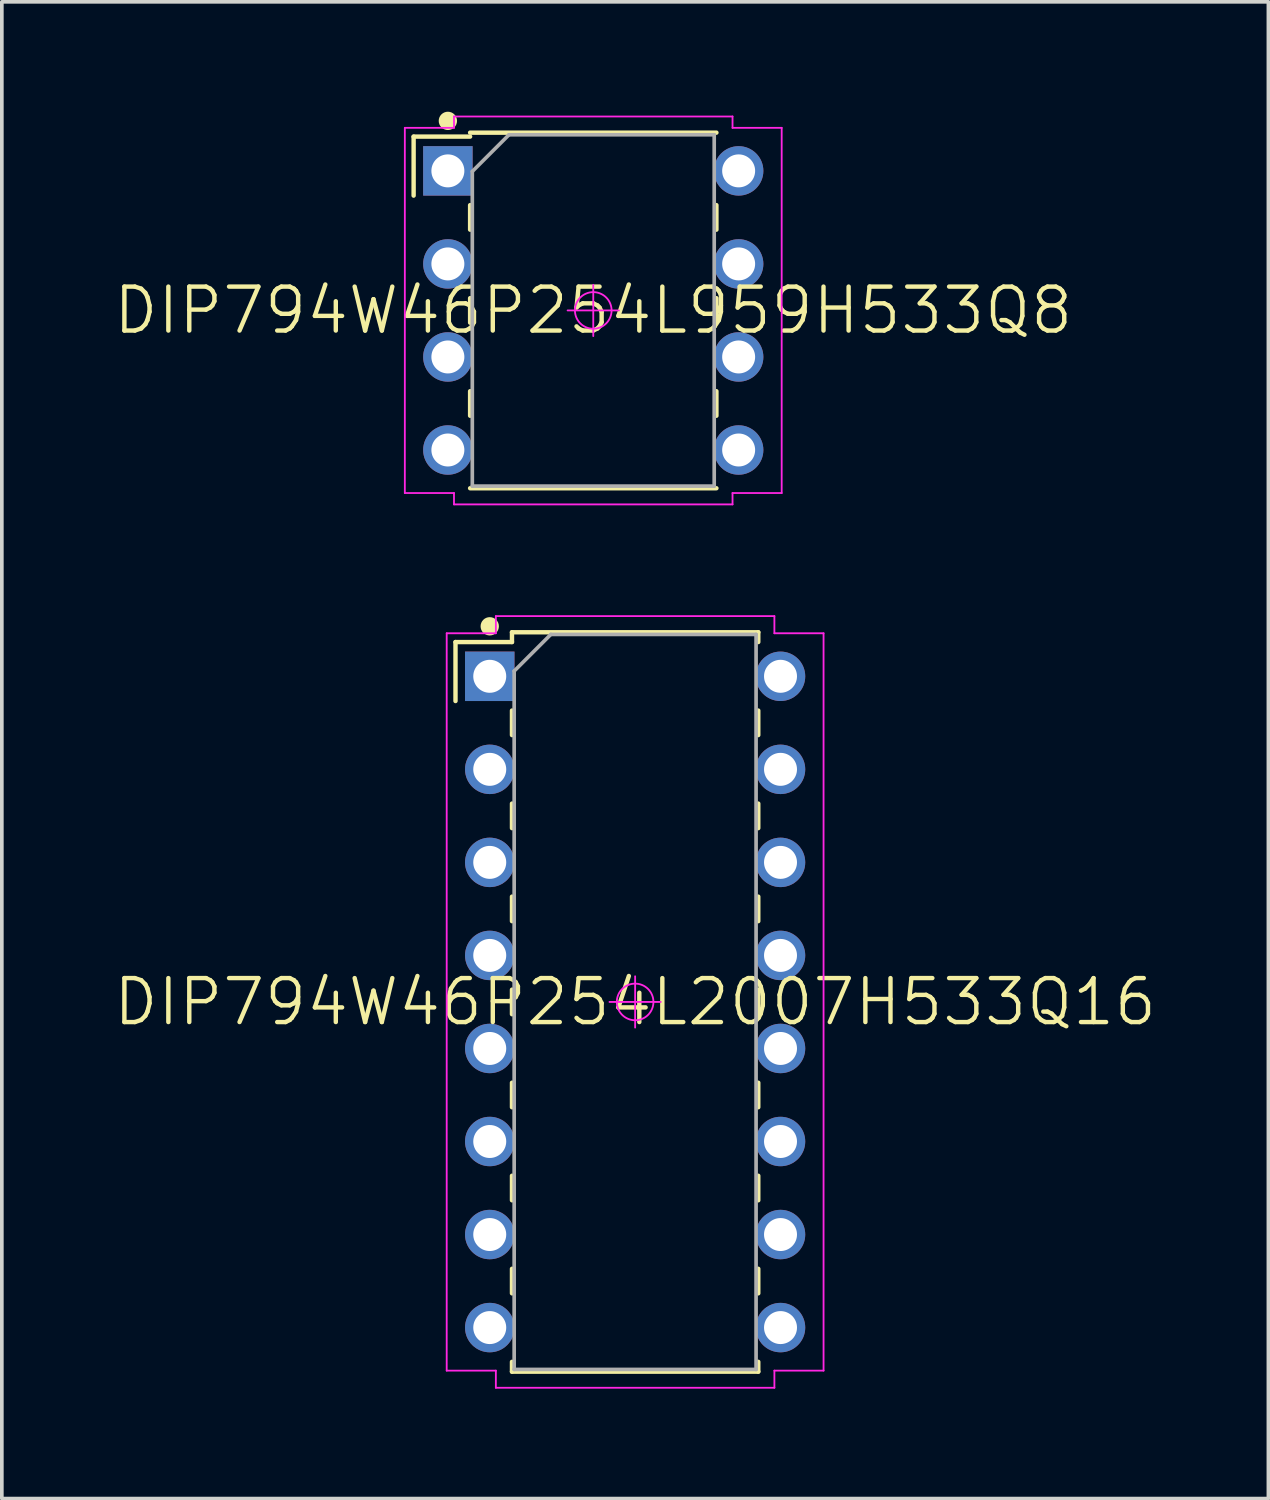
<source format=kicad_pcb>
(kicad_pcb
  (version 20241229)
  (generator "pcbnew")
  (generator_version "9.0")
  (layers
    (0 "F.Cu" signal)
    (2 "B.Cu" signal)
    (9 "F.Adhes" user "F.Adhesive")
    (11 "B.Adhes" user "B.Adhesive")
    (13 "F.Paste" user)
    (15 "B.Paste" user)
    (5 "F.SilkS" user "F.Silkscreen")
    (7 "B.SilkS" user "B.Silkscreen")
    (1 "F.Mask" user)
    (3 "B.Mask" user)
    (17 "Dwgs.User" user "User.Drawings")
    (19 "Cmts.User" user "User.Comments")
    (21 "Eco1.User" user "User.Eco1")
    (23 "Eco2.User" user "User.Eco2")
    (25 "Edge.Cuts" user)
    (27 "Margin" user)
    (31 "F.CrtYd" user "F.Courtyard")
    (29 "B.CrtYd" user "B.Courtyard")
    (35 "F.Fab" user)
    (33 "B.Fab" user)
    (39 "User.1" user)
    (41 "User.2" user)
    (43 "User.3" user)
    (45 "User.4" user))
  (footprint "DIP794W46P254L2007H533Q16"
    (layer "F.Cu")
    (at 14.289 24.303)
    (property "Reference" "DIP794W46P254L2007H533Q16" (at 0 0 0) (layer "F.SilkS") (effects (font (size 1.2 1.2) (thickness 0.12))))
    (attr through_hole)
    (fp_line (start -4.904 -9.825) (end -4.904 -8.215) (stroke (width 0.12) (type solid)) (layer "F.SilkS"))
    (fp_line (start -3.362 -10.093) (end -3.362 -9.825) (stroke (width 0.12) (type solid)) (layer "F.SilkS"))
    (fp_line (start -3.362 -10.093) (end 3.362 -10.093) (stroke (width 0.12) (type solid)) (layer "F.SilkS"))
    (fp_line (start -3.362 -9.825) (end -4.904 -9.825) (stroke (width 0.12) (type solid)) (layer "F.SilkS"))
    (fp_line (start -3.362 -7.955) (end -3.362 -7.285) (stroke (width 0.12) (type solid)) (layer "F.SilkS"))
    (fp_line (start -3.362 -5.415) (end -3.362 -4.745) (stroke (width 0.12) (type solid)) (layer "F.SilkS"))
    (fp_line (start -3.362 -2.875) (end -3.362 -2.205) (stroke (width 0.12) (type solid)) (layer "F.SilkS"))
    (fp_line (start -3.362 -0.335) (end -3.362 0.335) (stroke (width 0.12) (type solid)) (layer "F.SilkS"))
    (fp_line (start -3.362 2.205) (end -3.362 2.875) (stroke (width 0.12) (type solid)) (layer "F.SilkS"))
    (fp_line (start -3.362 4.745) (end -3.362 5.415) (stroke (width 0.12) (type solid)) (layer "F.SilkS"))
    (fp_line (start -3.362 7.285) (end -3.362 7.955) (stroke (width 0.12) (type solid)) (layer "F.SilkS"))
    (fp_line (start -3.362 9.825) (end -3.362 10.093) (stroke (width 0.12) (type solid)) (layer "F.SilkS"))
    (fp_line (start 3.362 -10.093) (end 3.362 -9.825) (stroke (width 0.12) (type solid)) (layer "F.SilkS"))
    (fp_line (start 3.362 -7.955) (end 3.362 -7.285) (stroke (width 0.12) (type solid)) (layer "F.SilkS"))
    (fp_line (start 3.362 -5.415) (end 3.362 -4.745) (stroke (width 0.12) (type solid)) (layer "F.SilkS"))
    (fp_line (start 3.362 -2.875) (end 3.362 -2.205) (stroke (width 0.12) (type solid)) (layer "F.SilkS"))
    (fp_line (start 3.362 -0.335) (end 3.362 0.335) (stroke (width 0.12) (type solid)) (layer "F.SilkS"))
    (fp_line (start 3.362 2.205) (end 3.362 2.875) (stroke (width 0.12) (type solid)) (layer "F.SilkS"))
    (fp_line (start 3.362 4.745) (end 3.362 5.415) (stroke (width 0.12) (type solid)) (layer "F.SilkS"))
    (fp_line (start 3.362 7.285) (end 3.362 7.955) (stroke (width 0.12) (type solid)) (layer "F.SilkS"))
    (fp_line (start 3.362 9.825) (end 3.362 10.093) (stroke (width 0.12) (type solid)) (layer "F.SilkS"))
    (fp_line (start 3.362 10.093) (end -3.362 10.093) (stroke (width 0.12) (type solid)) (layer "F.SilkS"))
    (fp_circle (center -3.969 -10.255) (end -3.969 -10.13) (stroke (width 0.25) (type solid)) (fill no) (layer "F.SilkS"))
    (fp_line (start -5.144 -10.065) (end -3.802 -10.065) (stroke (width 0.05) (type solid)) (layer "F.CrtYd"))
    (fp_line (start -5.144 10.065) (end -5.144 -10.065) (stroke (width 0.05) (type solid)) (layer "F.CrtYd"))
    (fp_line (start -3.802 -10.533) (end 3.802 -10.533) (stroke (width 0.05) (type solid)) (layer "F.CrtYd"))
    (fp_line (start -3.802 -10.065) (end -3.802 -10.533) (stroke (width 0.05) (type solid)) (layer "F.CrtYd"))
    (fp_line (start -3.802 10.065) (end -5.144 10.065) (stroke (width 0.05) (type solid)) (layer "F.CrtYd"))
    (fp_line (start -3.802 10.533) (end -3.802 10.065) (stroke (width 0.05) (type solid)) (layer "F.CrtYd"))
    (fp_line (start -0.7 0) (end 0.7 0) (stroke (width 0.05) (type solid)) (layer "F.CrtYd"))
    (fp_line (start 0 -0.7) (end 0 0.7) (stroke (width 0.05) (type solid)) (layer "F.CrtYd"))
    (fp_line (start 3.802 -10.533) (end 3.802 -10.065) (stroke (width 0.05) (type solid)) (layer "F.CrtYd"))
    (fp_line (start 3.802 -10.065) (end 5.144 -10.065) (stroke (width 0.05) (type solid)) (layer "F.CrtYd"))
    (fp_line (start 3.802 10.065) (end 3.802 10.533) (stroke (width 0.05) (type solid)) (layer "F.CrtYd"))
    (fp_line (start 3.802 10.533) (end -3.802 10.533) (stroke (width 0.05) (type solid)) (layer "F.CrtYd"))
    (fp_line (start 5.144 -10.065) (end 5.144 10.065) (stroke (width 0.05) (type solid)) (layer "F.CrtYd"))
    (fp_line (start 5.144 10.065) (end 3.802 10.065) (stroke (width 0.05) (type solid)) (layer "F.CrtYd"))
    (fp_circle (center 0 0) (end 0 0.5) (stroke (width 0.05) (type solid)) (fill no) (layer "F.CrtYd"))
    (fp_line (start -3.302 -9.033) (end -2.302 -10.033) (stroke (width 0.1) (type solid)) (layer "F.Fab"))
    (fp_line (start -3.302 10.033) (end -3.302 -9.033) (stroke (width 0.1) (type solid)) (layer "F.Fab"))
    (fp_line (start -2.302 -10.033) (end 3.302 -10.033) (stroke (width 0.1) (type solid)) (layer "F.Fab"))
    (fp_line (start 3.302 -10.033) (end 3.302 10.033) (stroke (width 0.1) (type solid)) (layer "F.Fab"))
    (fp_line (start 3.302 10.033) (end -3.302 10.033) (stroke (width 0.1) (type solid)) (layer "F.Fab"))
    (pad "1" thru_hole rect (at -3.969 -8.89) (size 1.35 1.35) (drill 0.9) (layers "*.Cu" "*.Paste" "*.Mask"))
    (pad "2" thru_hole circle (at -3.969 -6.35) (size 1.35 1.35) (drill 0.9) (layers "*.Cu" "*.Paste" "*.Mask"))
    (pad "3" thru_hole circle (at -3.969 -3.81) (size 1.35 1.35) (drill 0.9) (layers "*.Cu" "*.Paste" "*.Mask"))
    (pad "4" thru_hole circle (at -3.969 -1.27) (size 1.35 1.35) (drill 0.9) (layers "*.Cu" "*.Paste" "*.Mask"))
    (pad "5" thru_hole circle (at -3.969 1.27) (size 1.35 1.35) (drill 0.9) (layers "*.Cu" "*.Paste" "*.Mask"))
    (pad "6" thru_hole circle (at -3.969 3.81) (size 1.35 1.35) (drill 0.9) (layers "*.Cu" "*.Paste" "*.Mask"))
    (pad "7" thru_hole circle (at -3.969 6.35) (size 1.35 1.35) (drill 0.9) (layers "*.Cu" "*.Paste" "*.Mask"))
    (pad "8" thru_hole circle (at -3.969 8.89) (size 1.35 1.35) (drill 0.9) (layers "*.Cu" "*.Paste" "*.Mask"))
    (pad "9" thru_hole circle (at 3.969 8.89) (size 1.35 1.35) (drill 0.9) (layers "*.Cu" "*.Paste" "*.Mask"))
    (pad "10" thru_hole circle (at 3.969 6.35) (size 1.35 1.35) (drill 0.9) (layers "*.Cu" "*.Paste" "*.Mask"))
    (pad "11" thru_hole circle (at 3.969 3.81) (size 1.35 1.35) (drill 0.9) (layers "*.Cu" "*.Paste" "*.Mask"))
    (pad "12" thru_hole circle (at 3.969 1.27) (size 1.35 1.35) (drill 0.9) (layers "*.Cu" "*.Paste" "*.Mask"))
    (pad "13" thru_hole circle (at 3.969 -1.27) (size 1.35 1.35) (drill 0.9) (layers "*.Cu" "*.Paste" "*.Mask"))
    (pad "14" thru_hole circle (at 3.969 -3.81) (size 1.35 1.35) (drill 0.9) (layers "*.Cu" "*.Paste" "*.Mask"))
    (pad "15" thru_hole circle (at 3.969 -6.35) (size 1.35 1.35) (drill 0.9) (layers "*.Cu" "*.Paste" "*.Mask"))
    (pad "16" thru_hole circle (at 3.969 -8.89) (size 1.35 1.35) (drill 0.9) (layers "*.Cu" "*.Paste" "*.Mask")))
  (footprint "DIP794W46P254L959H533Q8"
    (layer "F.Cu")
    (at 13.146 5.425)
    (property "Reference" "DIP794W46P254L959H533Q8" (at 0 0 0) (layer "F.SilkS") (effects (font (size 1.2 1.2) (thickness 0.12))))
    (attr through_hole)
    (fp_line (start -4.904 -4.745) (end -4.904 -3.135) (stroke (width 0.12) (type solid)) (layer "F.SilkS"))
    (fp_line (start -3.362 -4.854) (end 3.362 -4.854) (stroke (width 0.12) (type solid)) (layer "F.SilkS"))
    (fp_line (start -3.362 -4.745) (end -4.904 -4.745) (stroke (width 0.12) (type solid)) (layer "F.SilkS"))
    (fp_line (start -3.362 -2.875) (end -3.362 -2.205) (stroke (width 0.12) (type solid)) (layer "F.SilkS"))
    (fp_line (start -3.362 -0.335) (end -3.362 0.335) (stroke (width 0.12) (type solid)) (layer "F.SilkS"))
    (fp_line (start -3.362 2.205) (end -3.362 2.875) (stroke (width 0.12) (type solid)) (layer "F.SilkS"))
    (fp_line (start 3.362 -2.875) (end 3.362 -2.205) (stroke (width 0.12) (type solid)) (layer "F.SilkS"))
    (fp_line (start 3.362 -0.335) (end 3.362 0.335) (stroke (width 0.12) (type solid)) (layer "F.SilkS"))
    (fp_line (start 3.362 2.205) (end 3.362 2.875) (stroke (width 0.12) (type solid)) (layer "F.SilkS"))
    (fp_line (start 3.362 4.854) (end -3.362 4.854) (stroke (width 0.12) (type solid)) (layer "F.SilkS"))
    (fp_circle (center -3.969 -5.175) (end -3.969 -5.05) (stroke (width 0.25) (type solid)) (fill no) (layer "F.SilkS"))
    (fp_line (start -5.144 -4.985) (end -3.802 -4.985) (stroke (width 0.05) (type solid)) (layer "F.CrtYd"))
    (fp_line (start -5.144 4.985) (end -5.144 -4.985) (stroke (width 0.05) (type solid)) (layer "F.CrtYd"))
    (fp_line (start -3.802 -5.295) (end 3.802 -5.295) (stroke (width 0.05) (type solid)) (layer "F.CrtYd"))
    (fp_line (start -3.802 -4.985) (end -3.802 -5.295) (stroke (width 0.05) (type solid)) (layer "F.CrtYd"))
    (fp_line (start -3.802 4.985) (end -5.144 4.985) (stroke (width 0.05) (type solid)) (layer "F.CrtYd"))
    (fp_line (start -3.802 5.295) (end -3.802 4.985) (stroke (width 0.05) (type solid)) (layer "F.CrtYd"))
    (fp_line (start -0.7 0) (end 0.7 0) (stroke (width 0.05) (type solid)) (layer "F.CrtYd"))
    (fp_line (start 0 -0.7) (end 0 0.7) (stroke (width 0.05) (type solid)) (layer "F.CrtYd"))
    (fp_line (start 3.802 -5.295) (end 3.802 -4.985) (stroke (width 0.05) (type solid)) (layer "F.CrtYd"))
    (fp_line (start 3.802 -4.985) (end 5.144 -4.985) (stroke (width 0.05) (type solid)) (layer "F.CrtYd"))
    (fp_line (start 3.802 4.985) (end 3.802 5.295) (stroke (width 0.05) (type solid)) (layer "F.CrtYd"))
    (fp_line (start 3.802 5.295) (end -3.802 5.295) (stroke (width 0.05) (type solid)) (layer "F.CrtYd"))
    (fp_line (start 5.144 -4.985) (end 5.144 4.985) (stroke (width 0.05) (type solid)) (layer "F.CrtYd"))
    (fp_line (start 5.144 4.985) (end 3.802 4.985) (stroke (width 0.05) (type solid)) (layer "F.CrtYd"))
    (fp_circle (center 0 0) (end 0 0.5) (stroke (width 0.05) (type solid)) (fill no) (layer "F.CrtYd"))
    (fp_line (start -3.302 -3.795) (end -2.302 -4.795) (stroke (width 0.1) (type solid)) (layer "F.Fab"))
    (fp_line (start -3.302 4.795) (end -3.302 -3.795) (stroke (width 0.1) (type solid)) (layer "F.Fab"))
    (fp_line (start -2.302 -4.795) (end 3.302 -4.795) (stroke (width 0.1) (type solid)) (layer "F.Fab"))
    (fp_line (start 3.302 -4.795) (end 3.302 4.795) (stroke (width 0.1) (type solid)) (layer "F.Fab"))
    (fp_line (start 3.302 4.795) (end -3.302 4.795) (stroke (width 0.1) (type solid)) (layer "F.Fab"))
    (pad "1" thru_hole rect (at -3.969 -3.81) (size 1.35 1.35) (drill 0.9) (layers "*.Cu" "*.Paste" "*.Mask"))
    (pad "2" thru_hole circle (at -3.969 -1.27) (size 1.35 1.35) (drill 0.9) (layers "*.Cu" "*.Paste" "*.Mask"))
    (pad "3" thru_hole circle (at -3.969 1.27) (size 1.35 1.35) (drill 0.9) (layers "*.Cu" "*.Paste" "*.Mask"))
    (pad "4" thru_hole circle (at -3.969 3.81) (size 1.35 1.35) (drill 0.9) (layers "*.Cu" "*.Paste" "*.Mask"))
    (pad "5" thru_hole circle (at 3.969 3.81) (size 1.35 1.35) (drill 0.9) (layers "*.Cu" "*.Paste" "*.Mask"))
    (pad "6" thru_hole circle (at 3.969 1.27) (size 1.35 1.35) (drill 0.9) (layers "*.Cu" "*.Paste" "*.Mask"))
    (pad "7" thru_hole circle (at 3.969 -1.27) (size 1.35 1.35) (drill 0.9) (layers "*.Cu" "*.Paste" "*.Mask"))
    (pad "8" thru_hole circle (at 3.969 -3.81) (size 1.35 1.35) (drill 0.9) (layers "*.Cu" "*.Paste" "*.Mask")))
  (gr_rect
    (start -3 -3)
    (end 31.577 37.861)
    (stroke (width 0.1) (type default))
    (fill no)
    (layer "Edge.Cuts")))
</source>
